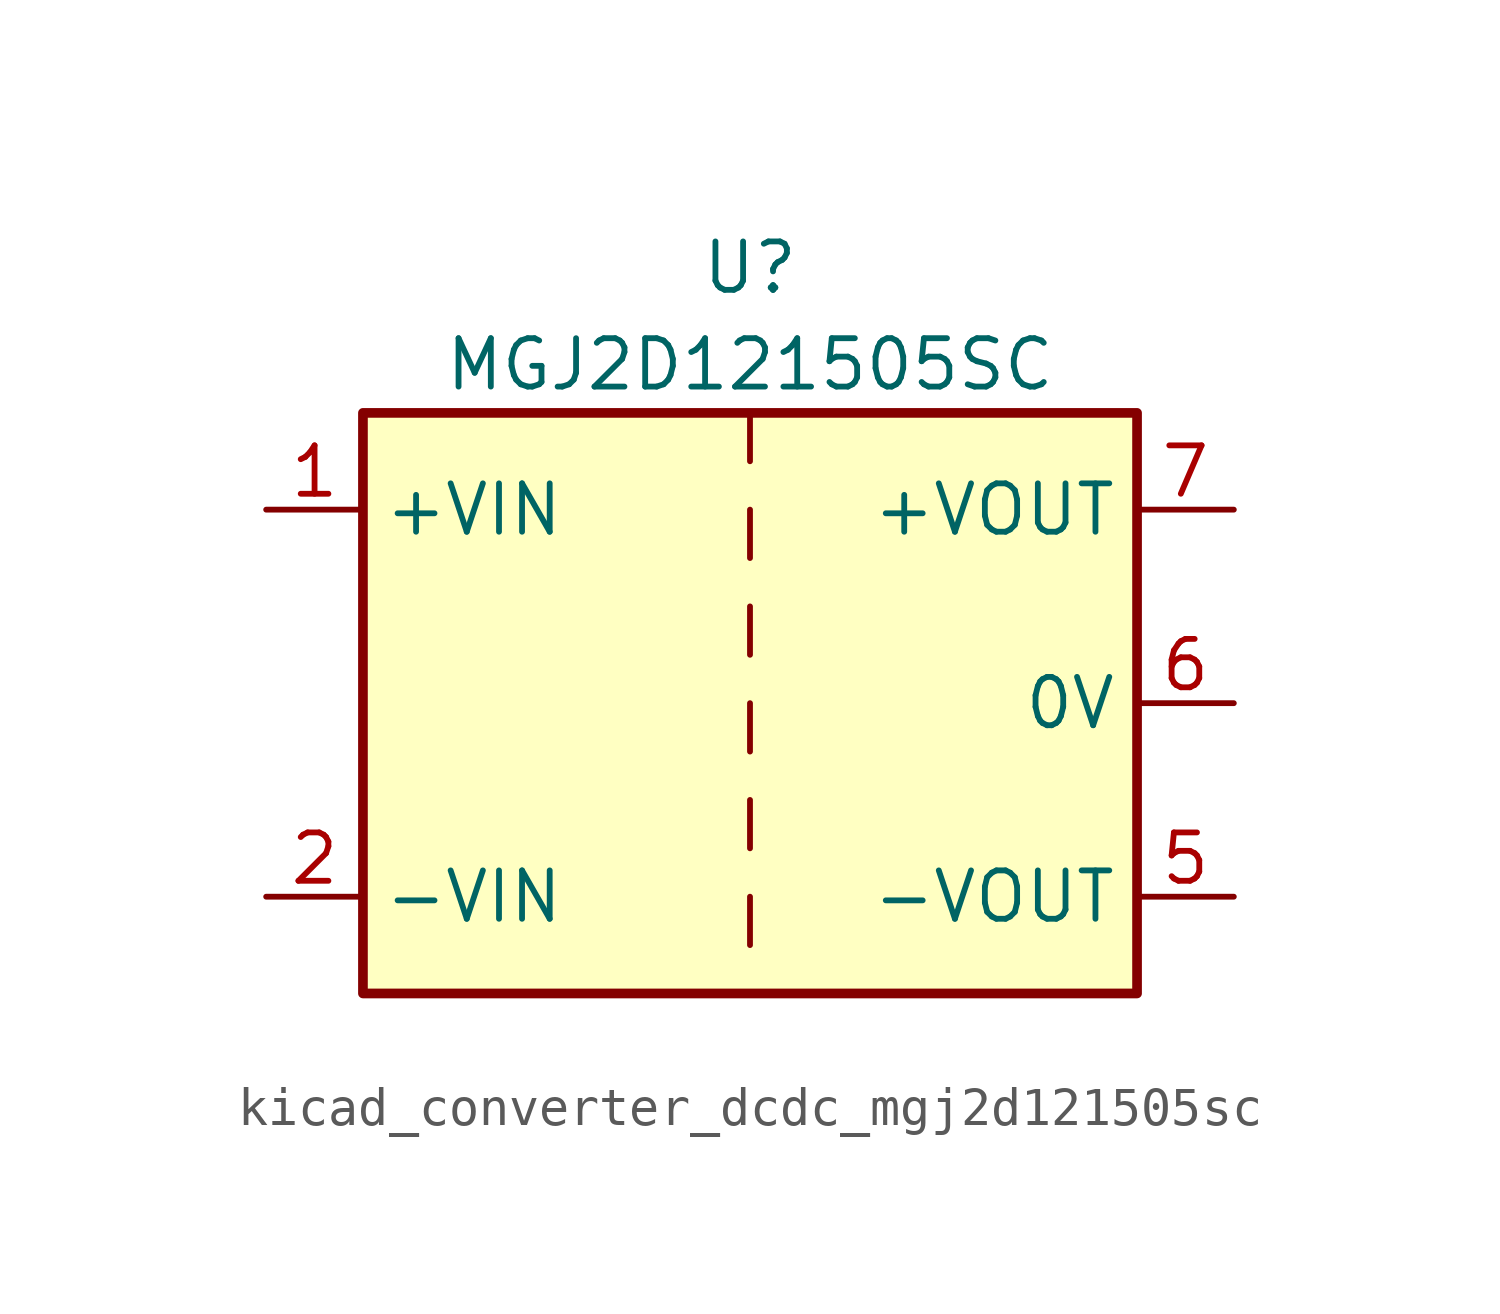
<source format=kicad_sym>
(kicad_symbol_lib
  (version 20220914)
  (generator kicad_symbol_editor)
  (symbol "kicad_converter_dcdc_mgj2d121505sc"
    (property "Reference" "U"
      (at 0 11.43 0)
      (effects (font (size 1.27 1.27))))
    (property "Value" "MGJ2D121505SC"
      (at 0 8.89 0)
      (effects (font (size 1.27 1.27))))
    (symbol "kicad_converter_dcdc_mgj2d121505sc_0_1"
      (rectangle (start -10.16 7.62) (end 10.16 -7.62) (stroke (width 0.254) (type default)) (fill (type background)))
      (polyline (pts (xy 0 -5.08) (xy 0 -6.35)) (stroke (width 0) (type default)) (fill (type none)))
      (polyline (pts (xy 0 -2.54) (xy 0 -3.81)) (stroke (width 0) (type default)) (fill (type none)))
      (polyline (pts (xy 0 0) (xy 0 -1.27)) (stroke (width 0) (type default)) (fill (type none)))
      (polyline (pts (xy 0 2.54) (xy 0 1.27)) (stroke (width 0) (type default)) (fill (type none)))
      (polyline (pts (xy 0 5.08) (xy 0 3.81)) (stroke (width 0) (type default)) (fill (type none)))
      (polyline (pts (xy 0 7.62) (xy 0 6.35)) (stroke (width 0) (type default)) (fill (type none))))
    (symbol "kicad_converter_dcdc_mgj2d121505sc_1_1"
      (pin power_in line (at -12.7 5.08 0) (length 2.54) (name "+VIN" (effects (font (size 1.27 1.27)))) (number "1" (effects (font (size 1.27 1.27)))))
      (pin power_in line (at -12.7 -5.08 0) (length 2.54) (name "-VIN" (effects (font (size 1.27 1.27)))) (number "2" (effects (font (size 1.27 1.27)))))
      (pin power_out line (at 12.7 -5.08 180) (length 2.54) (name "-VOUT" (effects (font (size 1.27 1.27)))) (number "5" (effects (font (size 1.27 1.27)))))
      (pin power_out line (at 12.7 0 180) (length 2.54) (name "0V" (effects (font (size 1.27 1.27)))) (number "6" (effects (font (size 1.27 1.27)))))
      (pin power_out line (at 12.7 5.08 180) (length 2.54) (name "+VOUT" (effects (font (size 1.27 1.27)))) (number "7" (effects (font (size 1.27 1.27))))))))
</source>
